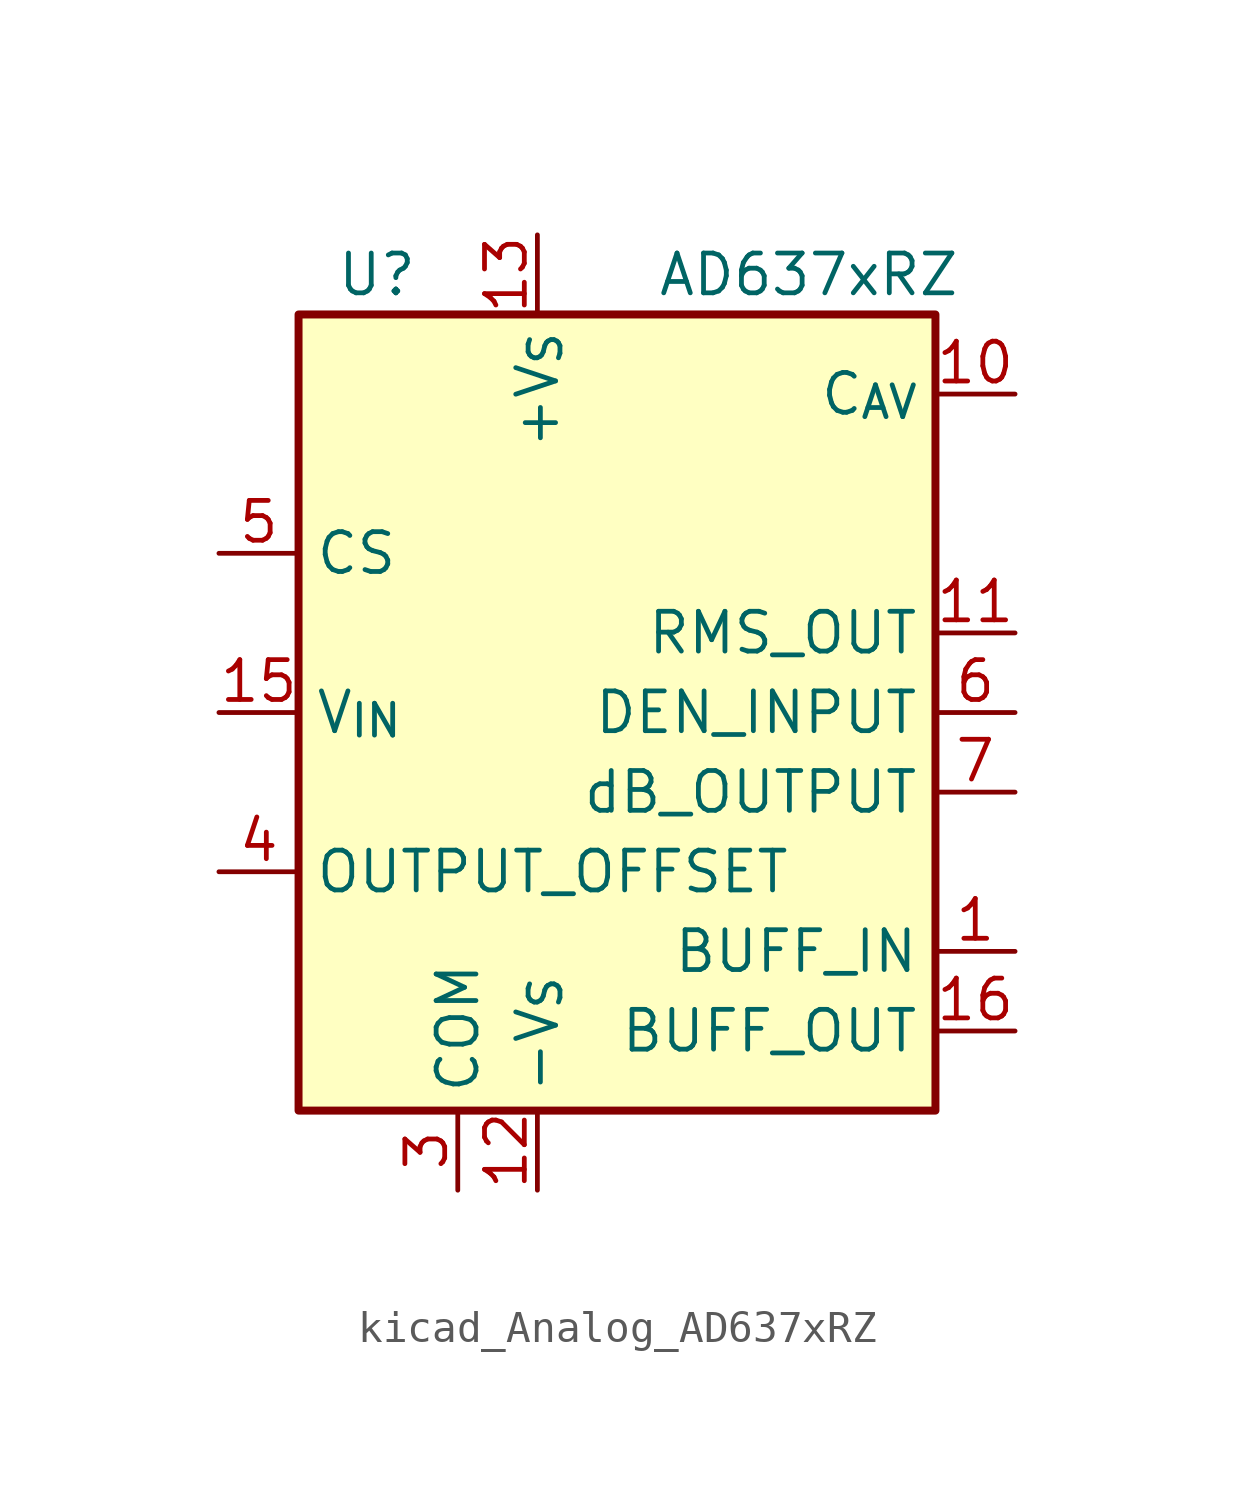
<source format=kicad_sym>
(kicad_symbol_lib
  (version 20220914)
  (generator kicad_symbol_editor)
  (symbol "kicad_Analog_AD637xRZ"
    (property "Reference" "U"
      (at -6.35 13.97 0)
      (effects (font (size 1.27 1.27)) (justify right)))
    (property "Value" "AD637xRZ"
      (at 1.27 13.97 0)
      (effects (font (size 1.27 1.27)) (justify left)))
    (symbol "kicad_Analog_AD637xRZ_0_1"
      (rectangle (start -10.16 12.7) (end 10.16 -12.7) (stroke (width 0.254) (type default)) (fill (type background))))
    (symbol "kicad_Analog_AD637xRZ_1_1"
      (pin input line (at 12.7 -7.62 180) (length 2.54) (name "BUFF_IN" (effects (font (size 1.27 1.27)))) (number "1" (effects (font (size 1.27 1.27)))))
      (pin passive line (at 12.7 10.16 180) (length 2.54) (name "C_{AV}" (effects (font (size 1.27 1.27)))) (number "10" (effects (font (size 1.27 1.27)))))
      (pin output line (at 12.7 2.54 180) (length 2.54) (name "RMS_OUT" (effects (font (size 1.27 1.27)))) (number "11" (effects (font (size 1.27 1.27)))))
      (pin power_in line (at -2.54 -15.24 90) (length 2.54) (name "-V_{S}" (effects (font (size 1.27 1.27)))) (number "12" (effects (font (size 1.27 1.27)))))
      (pin power_in line (at -2.54 15.24 270) (length 2.54) (name "+V_{S}" (effects (font (size 1.27 1.27)))) (number "13" (effects (font (size 1.27 1.27)))))
      (pin no_connect line (at -10.16 -7.62 0) (length 2.54) hide (name "NIC" (effects (font (size 1.27 1.27)))) (number "14" (effects (font (size 1.27 1.27)))))
      (pin input line (at -12.7 0 0) (length 2.54) (name "V_{IN}" (effects (font (size 1.27 1.27)))) (number "15" (effects (font (size 1.27 1.27)))))
      (pin output line (at 12.7 -10.16 180) (length 2.54) (name "BUFF_OUT" (effects (font (size 1.27 1.27)))) (number "16" (effects (font (size 1.27 1.27)))))
      (pin no_connect line (at -10.16 7.62 0) (length 2.54) hide (name "NIC" (effects (font (size 1.27 1.27)))) (number "2" (effects (font (size 1.27 1.27)))))
      (pin power_in line (at -5.08 -15.24 90) (length 2.54) (name "COM" (effects (font (size 1.27 1.27)))) (number "3" (effects (font (size 1.27 1.27)))))
      (pin input line (at -12.7 -5.08 0) (length 2.54) (name "OUTPUT_OFFSET" (effects (font (size 1.27 1.27)))) (number "4" (effects (font (size 1.27 1.27)))))
      (pin input line (at -12.7 5.08 0) (length 2.54) (name "CS" (effects (font (size 1.27 1.27)))) (number "5" (effects (font (size 1.27 1.27)))))
      (pin input line (at 12.7 0 180) (length 2.54) (name "DEN_INPUT" (effects (font (size 1.27 1.27)))) (number "6" (effects (font (size 1.27 1.27)))))
      (pin passive line (at 12.7 -2.54 180) (length 2.54) (name "dB_OUTPUT" (effects (font (size 1.27 1.27)))) (number "7" (effects (font (size 1.27 1.27)))))
      (pin no_connect line (at -10.16 2.54 0) (length 2.54) hide (name "NIC" (effects (font (size 1.27 1.27)))) (number "8" (effects (font (size 1.27 1.27)))))
      (pin no_connect line (at -10.16 -2.54 0) (length 2.54) hide (name "NIC" (effects (font (size 1.27 1.27)))) (number "9" (effects (font (size 1.27 1.27))))))))
</source>
